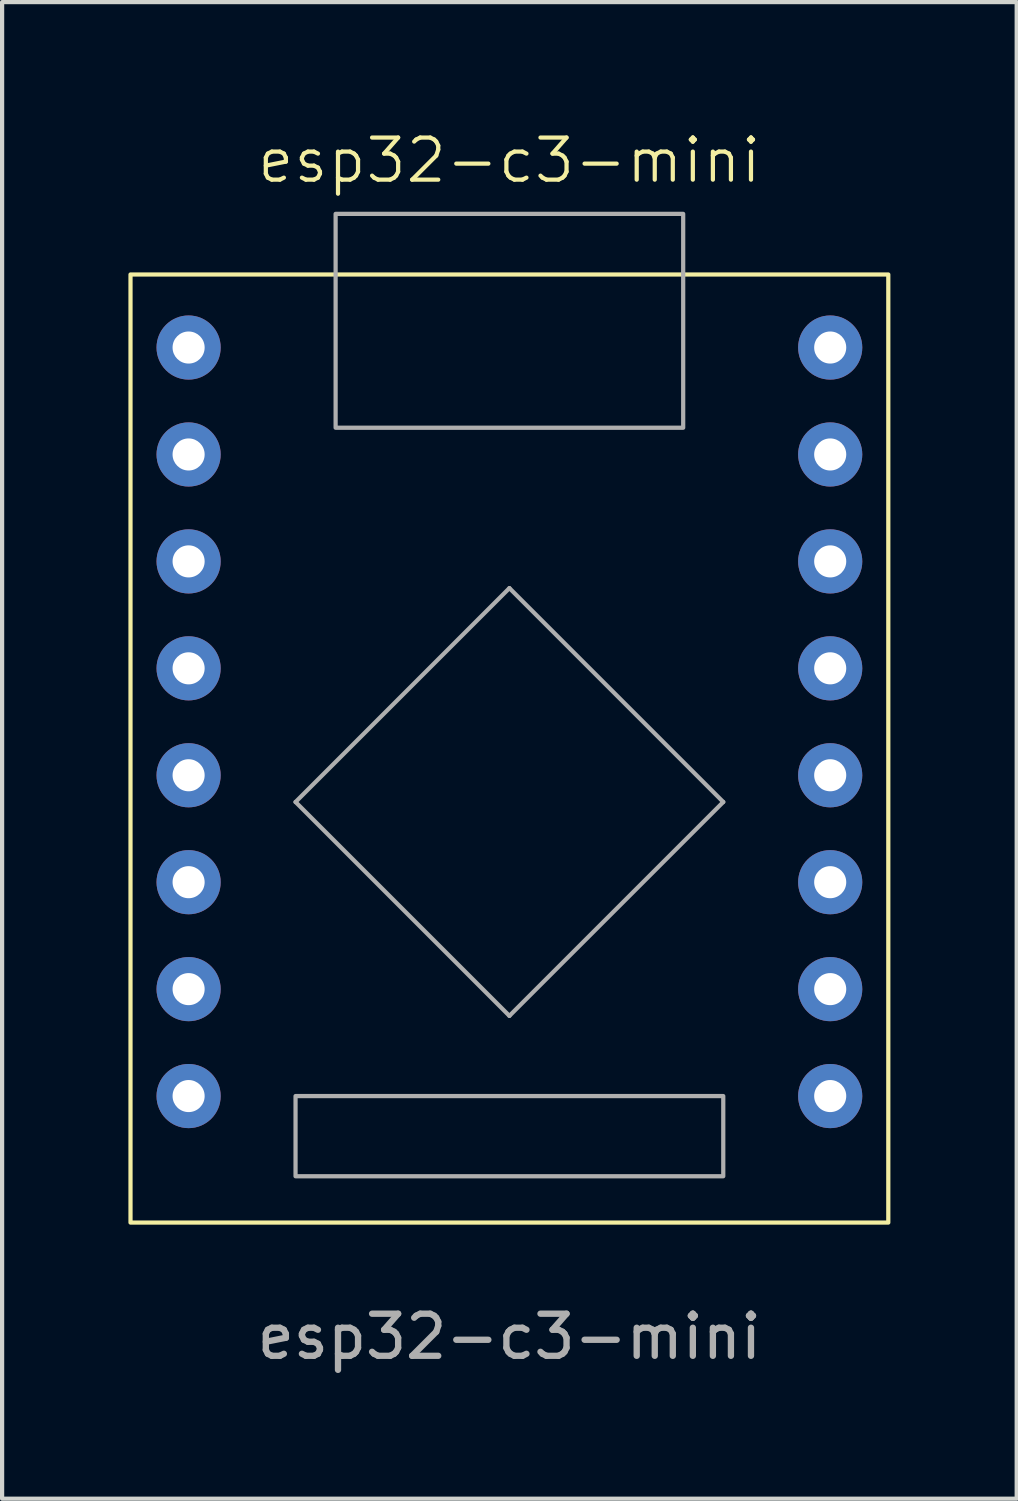
<source format=kicad_pcb>
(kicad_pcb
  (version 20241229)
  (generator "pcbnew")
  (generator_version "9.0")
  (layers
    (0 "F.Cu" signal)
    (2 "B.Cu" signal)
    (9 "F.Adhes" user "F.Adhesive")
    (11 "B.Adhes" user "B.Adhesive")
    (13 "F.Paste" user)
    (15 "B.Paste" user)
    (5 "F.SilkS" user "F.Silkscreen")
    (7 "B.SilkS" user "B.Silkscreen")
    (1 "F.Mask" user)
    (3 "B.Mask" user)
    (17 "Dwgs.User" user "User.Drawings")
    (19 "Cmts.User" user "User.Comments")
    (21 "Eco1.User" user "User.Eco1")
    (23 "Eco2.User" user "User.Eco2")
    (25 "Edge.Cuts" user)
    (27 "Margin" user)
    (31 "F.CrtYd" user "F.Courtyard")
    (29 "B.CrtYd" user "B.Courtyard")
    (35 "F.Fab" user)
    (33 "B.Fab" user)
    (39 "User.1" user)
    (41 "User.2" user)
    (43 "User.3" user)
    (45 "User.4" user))
  (footprint "esp32-c3-mini"
    (layer "F.Cu")
    (at 9.05 14.73)
    (property "Reference" "esp32-c3-mini" (at 0 -13.97 0) (unlocked yes) (layer "F.SilkS") (effects (font (size 1 1) (thickness 0.1))))
    (attr through_hole)
    (fp_rect (start -9 -11.26) (end 9 11.26) (stroke (width 0.1) (type default)) (fill no) (layer "F.SilkS"))
    (fp_line (start -5.08 1.27) (end 0 -3.81) (stroke (width 0.1) (type default)) (layer "F.Fab"))
    (fp_line (start 0 -3.81) (end 5.08 1.27) (stroke (width 0.1) (type default)) (layer "F.Fab"))
    (fp_line (start 0 6.35) (end -5.08 1.27) (stroke (width 0.1) (type default)) (layer "F.Fab"))
    (fp_line (start 5.08 1.27) (end 0 6.35) (stroke (width 0.1) (type default)) (layer "F.Fab"))
    (fp_rect (start -5.08 8.255) (end 5.08 10.16) (stroke (width 0.1) (type default)) (fill no) (layer "F.Fab"))
    (fp_rect (start -4.128 -12.7) (end 4.128 -7.62) (stroke (width 0.1) (type default)) (fill no) (layer "F.Fab"))
    (fp_text user "${REFERENCE}" (at 0 13.97 0) (unlocked yes) (layer "F.Fab") (effects (font (size 1 1) (thickness 0.15))))
    (pad "1" thru_hole circle (at -7.62 -9.525) (size 1.524 1.524) (drill 0.762) (layers "*.Cu" "*.Mask"))
    (pad "2" thru_hole circle (at -7.62 -6.985) (size 1.524 1.524) (drill 0.762) (layers "*.Cu" "*.Mask"))
    (pad "3" thru_hole circle (at -7.62 -4.445) (size 1.524 1.524) (drill 0.762) (layers "*.Cu" "*.Mask"))
    (pad "4" thru_hole circle (at -7.62 -1.905) (size 1.524 1.524) (drill 0.762) (layers "*.Cu" "*.Mask"))
    (pad "5" thru_hole circle (at -7.62 0.635) (size 1.524 1.524) (drill 0.762) (layers "*.Cu" "*.Mask"))
    (pad "6" thru_hole circle (at -7.62 3.175) (size 1.524 1.524) (drill 0.762) (layers "*.Cu" "*.Mask"))
    (pad "7" thru_hole circle (at -7.62 5.715) (size 1.524 1.524) (drill 0.762) (layers "*.Cu" "*.Mask"))
    (pad "8" thru_hole circle (at -7.62 8.255) (size 1.524 1.524) (drill 0.762) (layers "*.Cu" "*.Mask"))
    (pad "9" thru_hole circle (at 7.62 -9.525) (size 1.524 1.524) (drill 0.762) (layers "*.Cu" "*.Mask"))
    (pad "10" thru_hole circle (at 7.62 -6.985) (size 1.524 1.524) (drill 0.762) (layers "*.Cu" "*.Mask"))
    (pad "11" thru_hole circle (at 7.62 -4.445) (size 1.524 1.524) (drill 0.762) (layers "*.Cu" "*.Mask"))
    (pad "12" thru_hole circle (at 7.62 -1.905) (size 1.524 1.524) (drill 0.762) (layers "*.Cu" "*.Mask"))
    (pad "13" thru_hole circle (at 7.62 0.635) (size 1.524 1.524) (drill 0.762) (layers "*.Cu" "*.Mask"))
    (pad "14" thru_hole circle (at 7.62 3.175) (size 1.524 1.524) (drill 0.762) (layers "*.Cu" "*.Mask"))
    (pad "15" thru_hole circle (at 7.62 5.715) (size 1.524 1.524) (drill 0.762) (layers "*.Cu" "*.Mask"))
    (pad "16" thru_hole circle (at 7.62 8.255) (size 1.524 1.524) (drill 0.762) (layers "*.Cu" "*.Mask")))
  (gr_rect
    (start -3 -3)
    (end 21.1 32.549)
    (stroke (width 0.1) (type default))
    (fill no)
    (layer "Edge.Cuts")))
</source>
